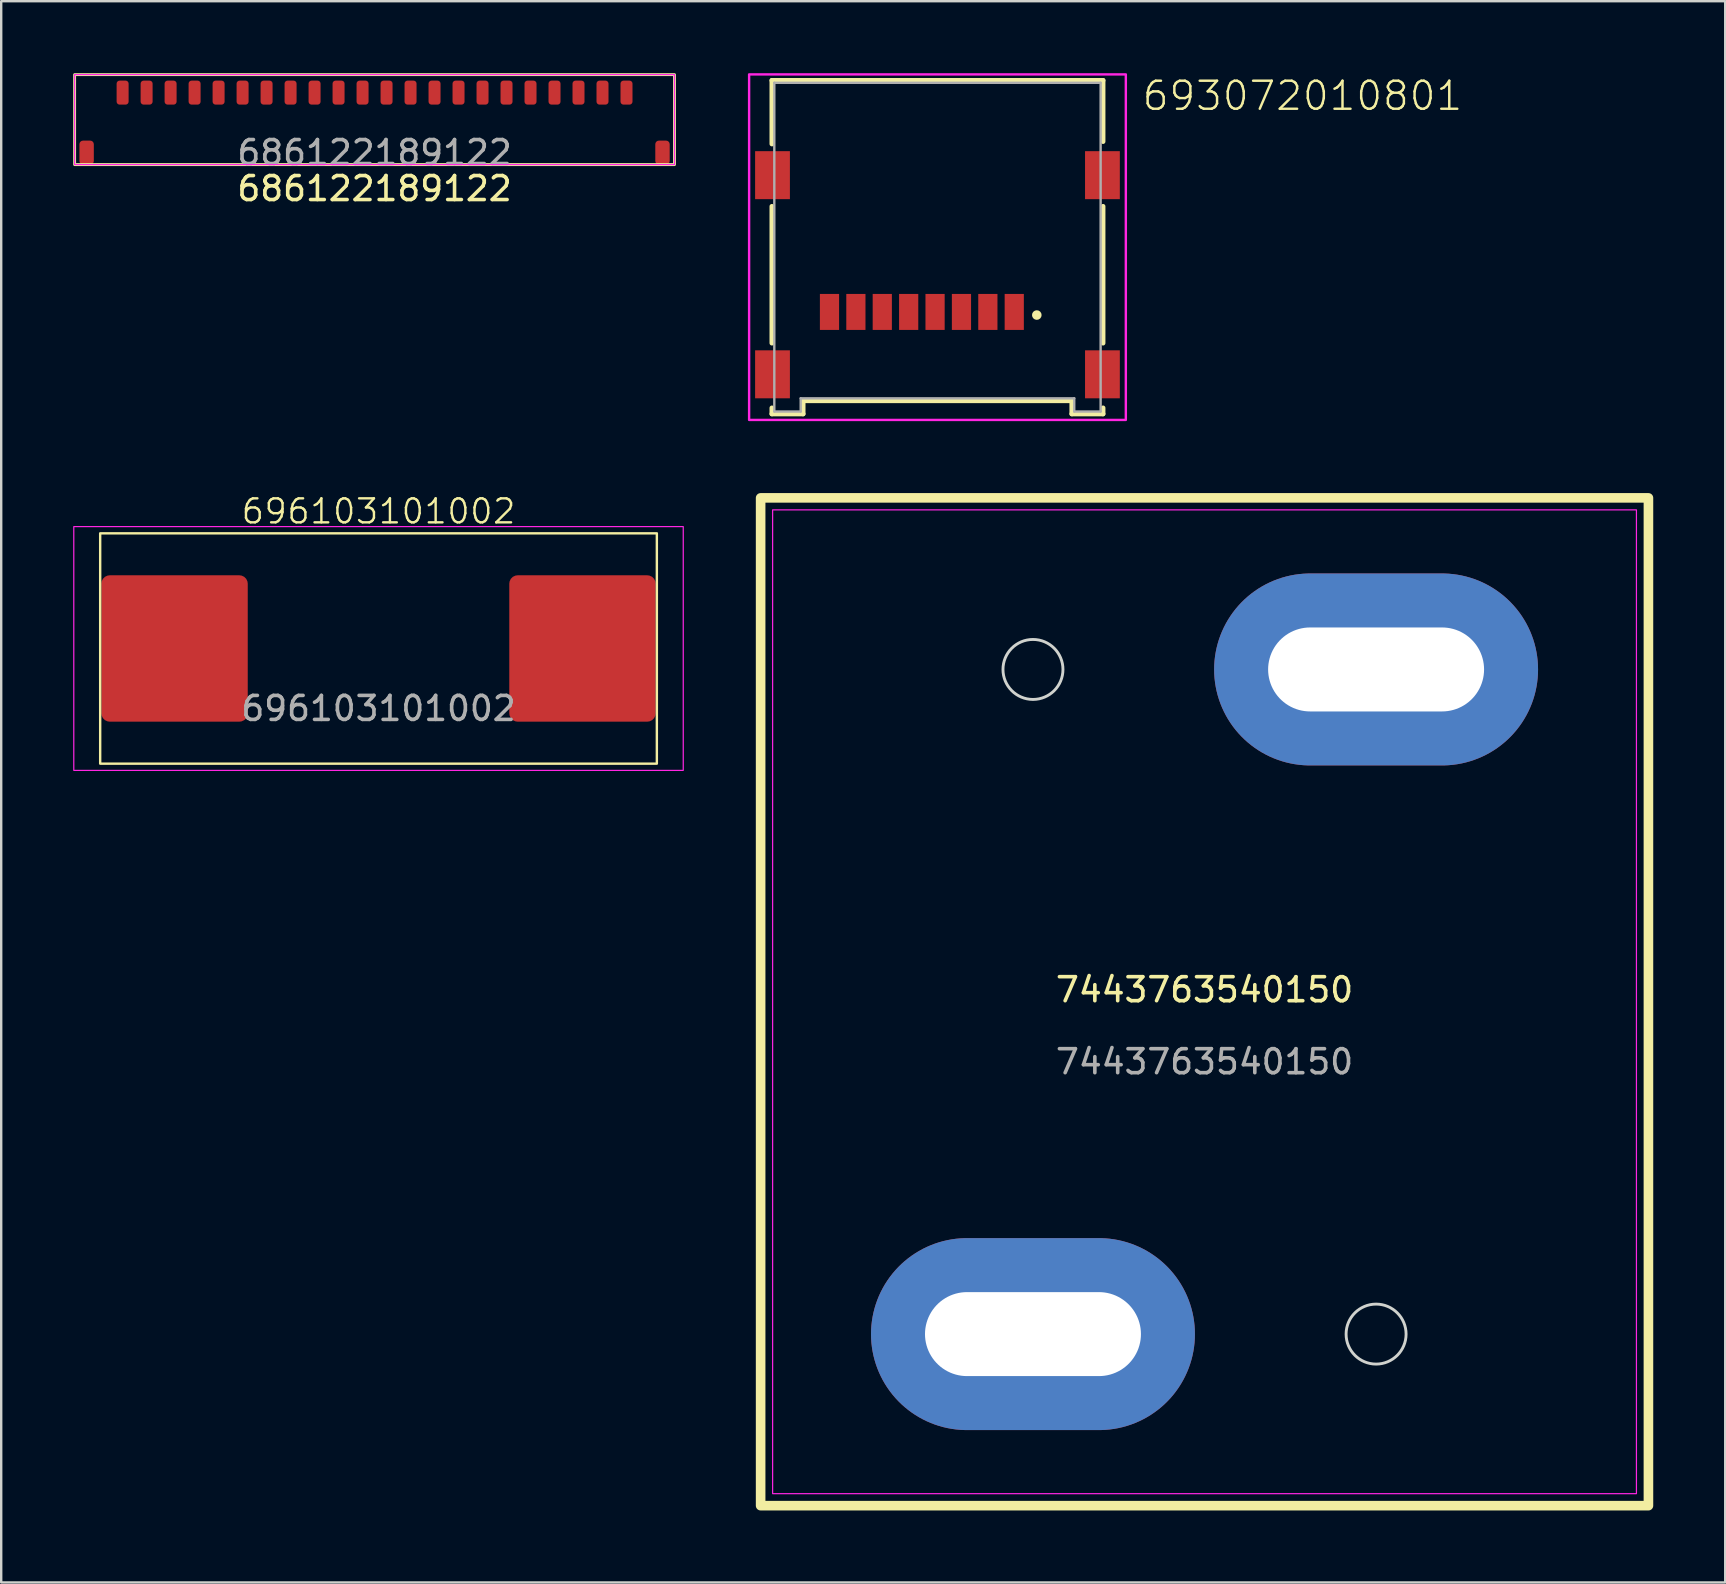
<source format=kicad_pcb>
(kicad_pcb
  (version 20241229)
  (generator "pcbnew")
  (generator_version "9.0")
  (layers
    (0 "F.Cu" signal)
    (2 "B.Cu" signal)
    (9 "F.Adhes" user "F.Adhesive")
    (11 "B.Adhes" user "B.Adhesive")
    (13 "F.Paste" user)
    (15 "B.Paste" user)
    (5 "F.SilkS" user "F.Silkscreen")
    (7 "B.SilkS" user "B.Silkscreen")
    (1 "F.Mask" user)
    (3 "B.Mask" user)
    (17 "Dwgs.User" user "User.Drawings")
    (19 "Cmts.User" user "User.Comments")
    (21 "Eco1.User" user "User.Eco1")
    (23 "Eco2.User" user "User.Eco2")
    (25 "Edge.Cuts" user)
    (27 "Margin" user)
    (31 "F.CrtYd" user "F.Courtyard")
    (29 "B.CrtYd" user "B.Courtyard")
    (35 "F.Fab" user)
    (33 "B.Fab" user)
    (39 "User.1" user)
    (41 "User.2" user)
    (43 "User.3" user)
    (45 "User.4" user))
  (footprint "7443763540150"
    (layer "F.Cu")
    (at 47.15 38.7)
    (property "Reference" "7443763540150" (at 0 -0.5 0) (unlocked yes) (layer "F.SilkS") (effects (font (size 1 1) (thickness 0.15))))
    (attr smd)
    (fp_rect (start 18.5 -21) (end -18.5 21) (stroke (width 0.4) (type solid)) (fill no) (layer "F.SilkS"))
    (fp_circle (center -7.15 -13.85) (end -5.9 -13.85) (stroke (width 0.12) (type solid)) (fill no) (layer "Edge.Cuts"))
    (fp_circle (center 7.15 13.85) (end 8.4 13.85) (stroke (width 0.12) (type solid)) (fill no) (layer "Edge.Cuts"))
    (fp_rect (start 18 -20.5) (end -18 20.5) (stroke (width 0.05) (type solid)) (fill no) (layer "F.CrtYd"))
    (fp_text user "${REFERENCE}" (at 0 2.5 0) (unlocked yes) (layer "F.Fab") (effects (font (size 1 1) (thickness 0.15))))
    (pad "1" thru_hole oval (at 7.15 -13.85) (size 13.5 8) (drill oval 9 3.5) (layers "*.Cu" "*.Mask"))
    (pad "2" thru_hole oval (at -7.15 13.85) (size 13.5 8) (drill oval 9 3.5) (layers "*.Cu" "*.Mask")))
  (footprint "686122189122"
    (layer "F.Cu")
    (at 12.56 0.81)
    (property "Reference" "686122189122" (at 0 4 0) (unlocked yes) (layer "F.SilkS") (effects (font (size 1 1) (thickness 0.15))))
    (attr smd)
    (fp_rect (start -12.5 3) (end 12.5 -0.75) (stroke (width 0.12) (type solid)) (fill no) (layer "F.SilkS"))
    (fp_rect (start 12.5 -0.75) (end -12.5 3) (stroke (width 0.05) (type solid)) (fill no) (layer "F.CrtYd"))
    (fp_text user "${REFERENCE}" (at 0 2.5 0) (unlocked yes) (layer "F.Fab") (effects (font (size 1 1) (thickness 0.15))))
    (pad "1" smd roundrect (at -10.5 0) (size 0.5 1) (layers "F.Cu" "F.Mask" "F.Paste") (roundrect_rratio 0.25))
    (pad "2" smd roundrect (at -9.5 0) (size 0.5 1) (layers "F.Cu" "F.Mask" "F.Paste") (roundrect_rratio 0.25))
    (pad "3" smd roundrect (at -8.5 0) (size 0.5 1) (layers "F.Cu" "F.Mask" "F.Paste") (roundrect_rratio 0.25))
    (pad "4" smd roundrect (at -7.5 0) (size 0.5 1) (layers "F.Cu" "F.Mask" "F.Paste") (roundrect_rratio 0.25))
    (pad "5" smd roundrect (at -6.5 0) (size 0.5 1) (layers "F.Cu" "F.Mask" "F.Paste") (roundrect_rratio 0.25))
    (pad "6" smd roundrect (at -5.5 0) (size 0.5 1) (layers "F.Cu" "F.Mask" "F.Paste") (roundrect_rratio 0.25))
    (pad "7" smd roundrect (at -4.5 0) (size 0.5 1) (layers "F.Cu" "F.Mask" "F.Paste") (roundrect_rratio 0.25))
    (pad "8" smd roundrect (at -3.5 0) (size 0.5 1) (layers "F.Cu" "F.Mask" "F.Paste") (roundrect_rratio 0.25))
    (pad "9" smd roundrect (at -2.5 0) (size 0.5 1) (layers "F.Cu" "F.Mask" "F.Paste") (roundrect_rratio 0.25))
    (pad "10" smd roundrect (at -1.5 0) (size 0.5 1) (layers "F.Cu" "F.Mask" "F.Paste") (roundrect_rratio 0.25))
    (pad "11" smd roundrect (at -0.5 0) (size 0.5 1) (layers "F.Cu" "F.Mask" "F.Paste") (roundrect_rratio 0.25))
    (pad "12" smd roundrect (at 0.5 0) (size 0.5 1) (layers "F.Cu" "F.Mask" "F.Paste") (roundrect_rratio 0.25))
    (pad "13" smd roundrect (at 1.5 0) (size 0.5 1) (layers "F.Cu" "F.Mask" "F.Paste") (roundrect_rratio 0.25))
    (pad "14" smd roundrect (at 2.5 0) (size 0.5 1) (layers "F.Cu" "F.Mask" "F.Paste") (roundrect_rratio 0.25))
    (pad "15" smd roundrect (at 3.5 0) (size 0.5 1) (layers "F.Cu" "F.Mask" "F.Paste") (roundrect_rratio 0.25))
    (pad "16" smd roundrect (at 4.5 0) (size 0.5 1) (layers "F.Cu" "F.Mask" "F.Paste") (roundrect_rratio 0.25))
    (pad "17" smd roundrect (at 5.5 0) (size 0.5 1) (layers "F.Cu" "F.Mask" "F.Paste") (roundrect_rratio 0.25))
    (pad "18" smd roundrect (at 6.5 0) (size 0.5 1) (layers "F.Cu" "F.Mask" "F.Paste") (roundrect_rratio 0.25))
    (pad "19" smd roundrect (at 7.5 0) (size 0.5 1) (layers "F.Cu" "F.Mask" "F.Paste") (roundrect_rratio 0.25))
    (pad "20" smd roundrect (at 8.5 0) (size 0.5 1) (layers "F.Cu" "F.Mask" "F.Paste") (roundrect_rratio 0.25))
    (pad "21" smd roundrect (at 9.5 0) (size 0.5 1) (layers "F.Cu" "F.Mask" "F.Paste") (roundrect_rratio 0.25))
    (pad "22" smd roundrect (at 10.5 0) (size 0.5 1) (layers "F.Cu" "F.Mask" "F.Paste") (roundrect_rratio 0.25))
    (pad "Z" smd roundrect (at -12 2.5) (size 0.6 1) (layers "F.Cu" "F.Mask" "F.Paste") (roundrect_rratio 0.25))
    (pad "Z" smd roundrect (at 12 2.5) (size 0.6 1) (layers "F.Cu" "F.Mask" "F.Paste") (roundrect_rratio 0.25)))
  (footprint "696103101002"
    (layer "F.Cu")
    (at 12.725 23.976)
    (property "Reference" "696103101002" (at 0 -5.715 0) (unlocked yes) (layer "F.SilkS") (effects (font (size 1 1) (thickness 0.1))))
    (attr smd)
    (fp_rect (start -11.6 -4.8) (end 11.6 4.8) (stroke (width 0.1) (type default)) (fill no) (layer "F.SilkS"))
    (fp_rect (start -12.7 -5.08) (end 12.7 5.08) (stroke (width 0.05) (type default)) (fill no) (layer "F.CrtYd"))
    (fp_text user "${REFERENCE}" (at 0 2.5 0) (unlocked yes) (layer "F.Fab") (effects (font (size 1 1) (thickness 0.15))))
    (pad "1" smd roundrect (at -8.5 0) (size 6.1 6.1) (layers "F.Cu" "F.Mask" "F.Paste") (roundrect_rratio 0.057))
    (pad "2" smd roundrect (at 8.5 0) (size 6.1 6.1) (layers "F.Cu" "F.Mask" "F.Paste") (roundrect_rratio 0.057)))
  (footprint "693072010801"
    (layer "F.Cu")
    (at 36.02 7.25)
    (property "Reference" "693072010801" (at 8.47 -5.62 0) (layer "F.SilkS") (effects (font (size 1.168 1.168) (thickness 0.102)) (justify left bottom)))
    (fp_line (start -6.9 -6.95) (end 6.9 -6.95) (stroke (width 0.2) (type solid)) (layer "F.SilkS"))
    (fp_line (start -6.9 -4.3) (end -6.9 -6.95) (stroke (width 0.2) (type solid)) (layer "F.SilkS"))
    (fp_line (start -6.9 -1.7) (end -6.9 4) (stroke (width 0.2) (type solid)) (layer "F.SilkS"))
    (fp_line (start -6.9 6.7) (end -6.9 6.95) (stroke (width 0.2) (type solid)) (layer "F.SilkS"))
    (fp_line (start -6.9 6.95) (end -5.6 6.95) (stroke (width 0.2) (type solid)) (layer "F.SilkS"))
    (fp_line (start -5.6 6.4) (end 5.6 6.4) (stroke (width 0.2) (type solid)) (layer "F.SilkS"))
    (fp_line (start -5.6 6.95) (end -5.6 6.4) (stroke (width 0.2) (type solid)) (layer "F.SilkS"))
    (fp_line (start 5.6 6.4) (end 5.6 6.95) (stroke (width 0.2) (type solid)) (layer "F.SilkS"))
    (fp_line (start 5.6 6.95) (end 6.9 6.95) (stroke (width 0.2) (type solid)) (layer "F.SilkS"))
    (fp_line (start 6.9 -6.95) (end 6.9 -4.4) (stroke (width 0.2) (type solid)) (layer "F.SilkS"))
    (fp_line (start 6.9 4) (end 6.9 -1.7) (stroke (width 0.2) (type solid)) (layer "F.SilkS"))
    (fp_line (start 6.9 6.95) (end 6.9 6.7) (stroke (width 0.2) (type solid)) (layer "F.SilkS"))
    (fp_circle (center 4.14 2.83) (end 4.24 2.83) (stroke (width 0.2) (type solid)) (fill no) (layer "F.SilkS"))
    (fp_poly (pts (xy 7.85 7.2) (xy -7.85 7.2) (xy -7.85 -7.2) (xy 7.85 -7.2)) (stroke (width 0.1) (type solid)) (fill no) (layer "F.CrtYd"))
    (fp_line (start -6.8 -6.85) (end 6.8 -6.85) (stroke (width 0.1) (type solid)) (layer "F.Fab"))
    (fp_line (start -6.8 6.85) (end -6.8 -6.85) (stroke (width 0.1) (type solid)) (layer "F.Fab"))
    (fp_line (start -5.7 6.3) (end 5.7 6.3) (stroke (width 0.1) (type solid)) (layer "F.Fab"))
    (fp_line (start -5.7 6.85) (end -6.8 6.85) (stroke (width 0.1) (type solid)) (layer "F.Fab"))
    (fp_line (start -5.7 6.85) (end -5.7 6.3) (stroke (width 0.1) (type solid)) (layer "F.Fab"))
    (fp_line (start 5.7 6.3) (end 5.7 6.85) (stroke (width 0.1) (type solid)) (layer "F.Fab"))
    (fp_line (start 6.8 -6.85) (end 6.8 6.85) (stroke (width 0.1) (type solid)) (layer "F.Fab"))
    (fp_line (start 6.8 6.85) (end 5.7 6.85) (stroke (width 0.1) (type solid)) (layer "F.Fab"))
    (pad "1" smd rect (at 3.2 2.7) (size 0.8 1.5) (layers "F.Cu" "F.Mask" "F.Paste"))
    (pad "2" smd rect (at 2.1 2.7) (size 0.8 1.5) (layers "F.Cu" "F.Mask" "F.Paste"))
    (pad "3" smd rect (at 1 2.7) (size 0.8 1.5) (layers "F.Cu" "F.Mask" "F.Paste"))
    (pad "4" smd rect (at -0.1 2.7) (size 0.8 1.5) (layers "F.Cu" "F.Mask" "F.Paste"))
    (pad "5" smd rect (at -1.2 2.7) (size 0.8 1.5) (layers "F.Cu" "F.Mask" "F.Paste"))
    (pad "6" smd rect (at -2.3 2.7) (size 0.8 1.5) (layers "F.Cu" "F.Mask" "F.Paste"))
    (pad "7" smd rect (at -3.4 2.7) (size 0.8 1.5) (layers "F.Cu" "F.Mask" "F.Paste"))
    (pad "8" smd rect (at -4.5 2.7) (size 0.8 1.5) (layers "F.Cu" "F.Mask" "F.Paste"))
    (pad "9" smd rect (at -6.875 -3) (size 1.45 2) (layers "F.Cu" "F.Mask" "F.Paste"))
    (pad "9" smd rect (at -6.875 5.3) (size 1.45 2) (layers "F.Cu" "F.Mask" "F.Paste"))
    (pad "9" smd rect (at 6.875 -3) (size 1.45 2) (layers "F.Cu" "F.Mask" "F.Paste"))
    (pad "9" smd rect (at 6.875 5.3) (size 1.45 2) (layers "F.Cu" "F.Mask" "F.Paste")))
  (gr_rect
    (start -3 -3)
    (end 68.85 62.9)
    (stroke (width 0.1) (type default))
    (fill no)
    (layer "Edge.Cuts")))
</source>
